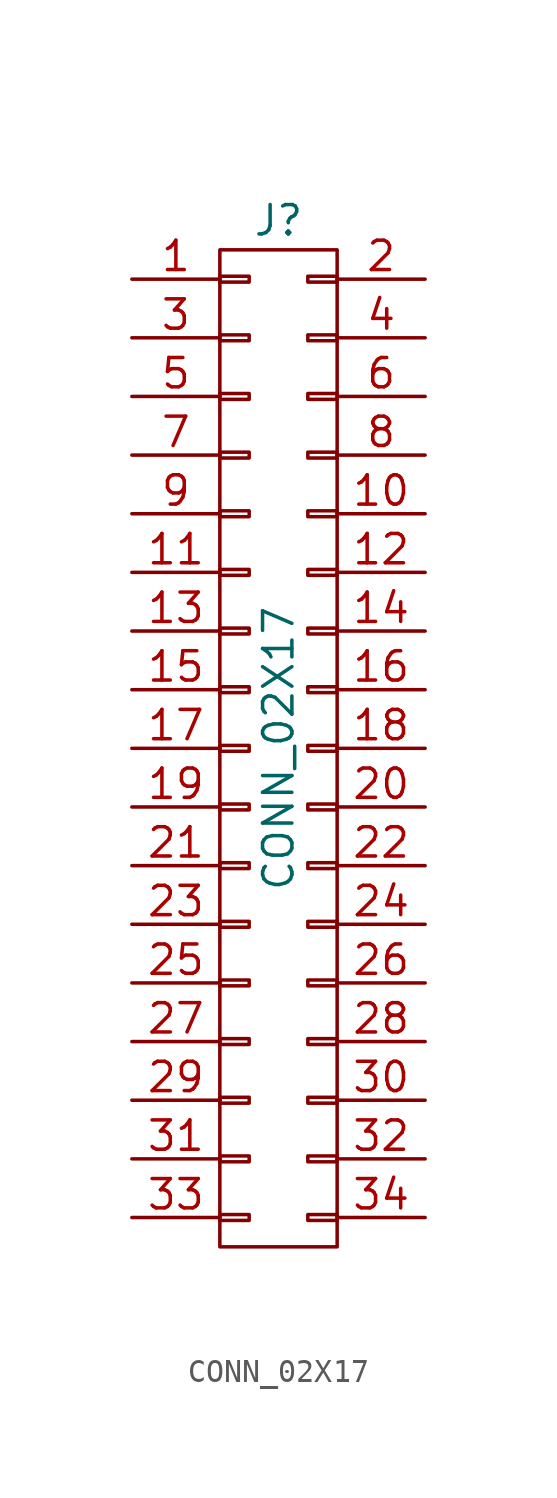
<source format=kicad_sym>
(kicad_symbol_lib
  (version 20211014)
  (generator kicad_symbol_editor)
  (symbol "CONN_02X17"
    (pin_names
      (offset 0.025) hide)
    (property "Reference" "J"
      (at 0 22.86 0)
      (effects (font (size 1.27 1.27))))
    (property "Value" "CONN_02X17"
      (at 0 0 90)
      (effects (font (size 1.27 1.27))))
    (symbol "CONN_02X17_0_1"
      (rectangle (start -2.54 -20.193) (end -1.27 -20.447) (stroke (width 0) (type default) (color 0 0 0 0)) (fill (type none)))
      (rectangle (start -2.54 -17.653) (end -1.27 -17.907) (stroke (width 0) (type default) (color 0 0 0 0)) (fill (type none)))
      (rectangle (start -2.54 -15.113) (end -1.27 -15.367) (stroke (width 0) (type default) (color 0 0 0 0)) (fill (type none)))
      (rectangle (start -2.54 -12.573) (end -1.27 -12.827) (stroke (width 0) (type default) (color 0 0 0 0)) (fill (type none)))
      (rectangle (start -2.54 -10.033) (end -1.27 -10.287) (stroke (width 0) (type default) (color 0 0 0 0)) (fill (type none)))
      (rectangle (start -2.54 -7.493) (end -1.27 -7.747) (stroke (width 0) (type default) (color 0 0 0 0)) (fill (type none)))
      (rectangle (start -2.54 -4.953) (end -1.27 -5.207) (stroke (width 0) (type default) (color 0 0 0 0)) (fill (type none)))
      (rectangle (start -2.54 -2.413) (end -1.27 -2.667) (stroke (width 0) (type default) (color 0 0 0 0)) (fill (type none)))
      (rectangle (start -2.54 0.127) (end -1.27 -0.127) (stroke (width 0) (type default) (color 0 0 0 0)) (fill (type none)))
      (rectangle (start -2.54 2.667) (end -1.27 2.413) (stroke (width 0) (type default) (color 0 0 0 0)) (fill (type none)))
      (rectangle (start -2.54 5.207) (end -1.27 4.953) (stroke (width 0) (type default) (color 0 0 0 0)) (fill (type none)))
      (rectangle (start -2.54 7.747) (end -1.27 7.493) (stroke (width 0) (type default) (color 0 0 0 0)) (fill (type none)))
      (rectangle (start -2.54 10.287) (end -1.27 10.033) (stroke (width 0) (type default) (color 0 0 0 0)) (fill (type none)))
      (rectangle (start -2.54 12.827) (end -1.27 12.573) (stroke (width 0) (type default) (color 0 0 0 0)) (fill (type none)))
      (rectangle (start -2.54 15.367) (end -1.27 15.113) (stroke (width 0) (type default) (color 0 0 0 0)) (fill (type none)))
      (rectangle (start -2.54 17.907) (end -1.27 17.653) (stroke (width 0) (type default) (color 0 0 0 0)) (fill (type none)))
      (rectangle (start -2.54 20.447) (end -1.27 20.193) (stroke (width 0) (type default) (color 0 0 0 0)) (fill (type none)))
      (rectangle (start -2.54 21.59) (end 2.54 -21.59) (stroke (width 0) (type default) (color 0 0 0 0)) (fill (type none)))
      (rectangle (start 1.27 -20.193) (end 2.54 -20.447) (stroke (width 0) (type default) (color 0 0 0 0)) (fill (type none)))
      (rectangle (start 1.27 -17.653) (end 2.54 -17.907) (stroke (width 0) (type default) (color 0 0 0 0)) (fill (type none)))
      (rectangle (start 1.27 -15.113) (end 2.54 -15.367) (stroke (width 0) (type default) (color 0 0 0 0)) (fill (type none)))
      (rectangle (start 1.27 -12.573) (end 2.54 -12.827) (stroke (width 0) (type default) (color 0 0 0 0)) (fill (type none)))
      (rectangle (start 1.27 -10.033) (end 2.54 -10.287) (stroke (width 0) (type default) (color 0 0 0 0)) (fill (type none)))
      (rectangle (start 1.27 -7.493) (end 2.54 -7.747) (stroke (width 0) (type default) (color 0 0 0 0)) (fill (type none)))
      (rectangle (start 1.27 -4.953) (end 2.54 -5.207) (stroke (width 0) (type default) (color 0 0 0 0)) (fill (type none)))
      (rectangle (start 1.27 -2.413) (end 2.54 -2.667) (stroke (width 0) (type default) (color 0 0 0 0)) (fill (type none)))
      (rectangle (start 1.27 0.127) (end 2.54 -0.127) (stroke (width 0) (type default) (color 0 0 0 0)) (fill (type none)))
      (rectangle (start 1.27 2.667) (end 2.54 2.413) (stroke (width 0) (type default) (color 0 0 0 0)) (fill (type none)))
      (rectangle (start 1.27 5.207) (end 2.54 4.953) (stroke (width 0) (type default) (color 0 0 0 0)) (fill (type none)))
      (rectangle (start 1.27 7.747) (end 2.54 7.493) (stroke (width 0) (type default) (color 0 0 0 0)) (fill (type none)))
      (rectangle (start 1.27 10.287) (end 2.54 10.033) (stroke (width 0) (type default) (color 0 0 0 0)) (fill (type none)))
      (rectangle (start 1.27 12.827) (end 2.54 12.573) (stroke (width 0) (type default) (color 0 0 0 0)) (fill (type none)))
      (rectangle (start 1.27 15.367) (end 2.54 15.113) (stroke (width 0) (type default) (color 0 0 0 0)) (fill (type none)))
      (rectangle (start 1.27 17.907) (end 2.54 17.653) (stroke (width 0) (type default) (color 0 0 0 0)) (fill (type none)))
      (rectangle (start 1.27 20.447) (end 2.54 20.193) (stroke (width 0) (type default) (color 0 0 0 0)) (fill (type none))))
    (symbol "CONN_02X17_1_1"
      (pin passive line (at -6.35 20.32 0) (length 3.81) (name "P1" (effects (font (size 1.27 1.27)))) (number "1" (effects (font (size 1.27 1.27)))))
      (pin passive line (at 6.35 10.16 180) (length 3.81) (name "P10" (effects (font (size 1.27 1.27)))) (number "10" (effects (font (size 1.27 1.27)))))
      (pin passive line (at -6.35 7.62 0) (length 3.81) (name "P11" (effects (font (size 1.27 1.27)))) (number "11" (effects (font (size 1.27 1.27)))))
      (pin passive line (at 6.35 7.62 180) (length 3.81) (name "P12" (effects (font (size 1.27 1.27)))) (number "12" (effects (font (size 1.27 1.27)))))
      (pin passive line (at -6.35 5.08 0) (length 3.81) (name "P13" (effects (font (size 1.27 1.27)))) (number "13" (effects (font (size 1.27 1.27)))))
      (pin passive line (at 6.35 5.08 180) (length 3.81) (name "P14" (effects (font (size 1.27 1.27)))) (number "14" (effects (font (size 1.27 1.27)))))
      (pin passive line (at -6.35 2.54 0) (length 3.81) (name "P15" (effects (font (size 1.27 1.27)))) (number "15" (effects (font (size 1.27 1.27)))))
      (pin passive line (at 6.35 2.54 180) (length 3.81) (name "P16" (effects (font (size 1.27 1.27)))) (number "16" (effects (font (size 1.27 1.27)))))
      (pin passive line (at -6.35 0 0) (length 3.81) (name "P17" (effects (font (size 1.27 1.27)))) (number "17" (effects (font (size 1.27 1.27)))))
      (pin passive line (at 6.35 0 180) (length 3.81) (name "P18" (effects (font (size 1.27 1.27)))) (number "18" (effects (font (size 1.27 1.27)))))
      (pin passive line (at -6.35 -2.54 0) (length 3.81) (name "P19" (effects (font (size 1.27 1.27)))) (number "19" (effects (font (size 1.27 1.27)))))
      (pin passive line (at 6.35 20.32 180) (length 3.81) (name "P2" (effects (font (size 1.27 1.27)))) (number "2" (effects (font (size 1.27 1.27)))))
      (pin passive line (at 6.35 -2.54 180) (length 3.81) (name "P20" (effects (font (size 1.27 1.27)))) (number "20" (effects (font (size 1.27 1.27)))))
      (pin passive line (at -6.35 -5.08 0) (length 3.81) (name "P21" (effects (font (size 1.27 1.27)))) (number "21" (effects (font (size 1.27 1.27)))))
      (pin passive line (at 6.35 -5.08 180) (length 3.81) (name "P22" (effects (font (size 1.27 1.27)))) (number "22" (effects (font (size 1.27 1.27)))))
      (pin passive line (at -6.35 -7.62 0) (length 3.81) (name "P23" (effects (font (size 1.27 1.27)))) (number "23" (effects (font (size 1.27 1.27)))))
      (pin passive line (at 6.35 -7.62 180) (length 3.81) (name "P24" (effects (font (size 1.27 1.27)))) (number "24" (effects (font (size 1.27 1.27)))))
      (pin passive line (at -6.35 -10.16 0) (length 3.81) (name "P25" (effects (font (size 1.27 1.27)))) (number "25" (effects (font (size 1.27 1.27)))))
      (pin passive line (at 6.35 -10.16 180) (length 3.81) (name "P26" (effects (font (size 1.27 1.27)))) (number "26" (effects (font (size 1.27 1.27)))))
      (pin passive line (at -6.35 -12.7 0) (length 3.81) (name "P27" (effects (font (size 1.27 1.27)))) (number "27" (effects (font (size 1.27 1.27)))))
      (pin passive line (at 6.35 -12.7 180) (length 3.81) (name "P28" (effects (font (size 1.27 1.27)))) (number "28" (effects (font (size 1.27 1.27)))))
      (pin passive line (at -6.35 -15.24 0) (length 3.81) (name "P29" (effects (font (size 1.27 1.27)))) (number "29" (effects (font (size 1.27 1.27)))))
      (pin passive line (at -6.35 17.78 0) (length 3.81) (name "P3" (effects (font (size 1.27 1.27)))) (number "3" (effects (font (size 1.27 1.27)))))
      (pin passive line (at 6.35 -15.24 180) (length 3.81) (name "P30" (effects (font (size 1.27 1.27)))) (number "30" (effects (font (size 1.27 1.27)))))
      (pin passive line (at -6.35 -17.78 0) (length 3.81) (name "P31" (effects (font (size 1.27 1.27)))) (number "31" (effects (font (size 1.27 1.27)))))
      (pin passive line (at 6.35 -17.78 180) (length 3.81) (name "P32" (effects (font (size 1.27 1.27)))) (number "32" (effects (font (size 1.27 1.27)))))
      (pin passive line (at -6.35 -20.32 0) (length 3.81) (name "P33" (effects (font (size 1.27 1.27)))) (number "33" (effects (font (size 1.27 1.27)))))
      (pin passive line (at 6.35 -20.32 180) (length 3.81) (name "P34" (effects (font (size 1.27 1.27)))) (number "34" (effects (font (size 1.27 1.27)))))
      (pin passive line (at 6.35 17.78 180) (length 3.81) (name "P4" (effects (font (size 1.27 1.27)))) (number "4" (effects (font (size 1.27 1.27)))))
      (pin passive line (at -6.35 15.24 0) (length 3.81) (name "P5" (effects (font (size 1.27 1.27)))) (number "5" (effects (font (size 1.27 1.27)))))
      (pin passive line (at 6.35 15.24 180) (length 3.81) (name "P6" (effects (font (size 1.27 1.27)))) (number "6" (effects (font (size 1.27 1.27)))))
      (pin passive line (at -6.35 12.7 0) (length 3.81) (name "P7" (effects (font (size 1.27 1.27)))) (number "7" (effects (font (size 1.27 1.27)))))
      (pin passive line (at 6.35 12.7 180) (length 3.81) (name "P8" (effects (font (size 1.27 1.27)))) (number "8" (effects (font (size 1.27 1.27)))))
      (pin passive line (at -6.35 10.16 0) (length 3.81) (name "P9" (effects (font (size 1.27 1.27)))) (number "9" (effects (font (size 1.27 1.27))))))))
</source>
